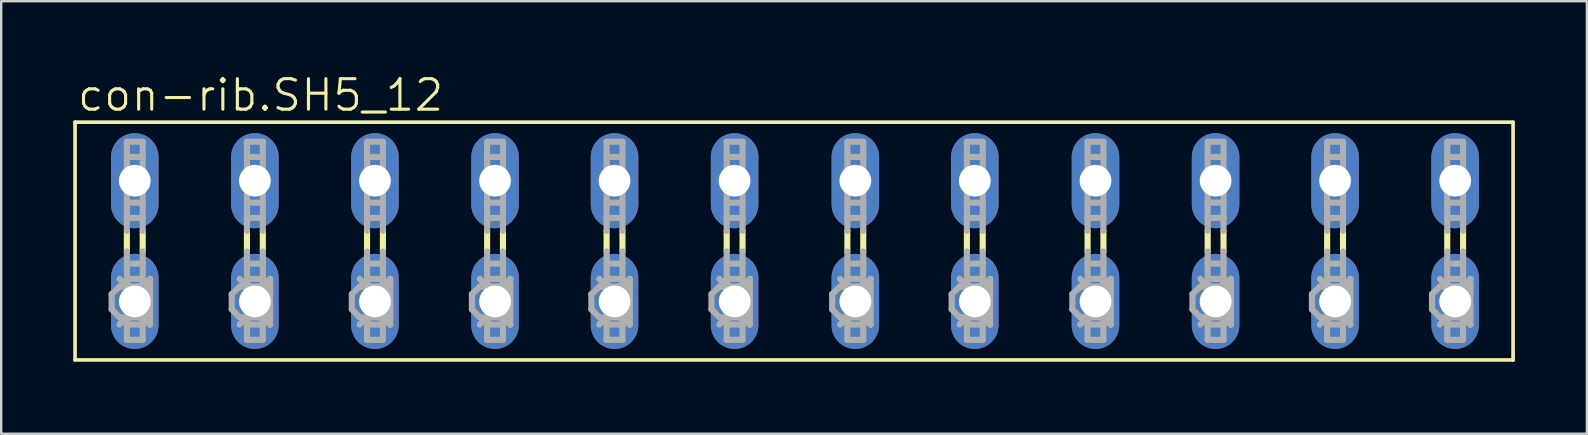
<source format=kicad_pcb>
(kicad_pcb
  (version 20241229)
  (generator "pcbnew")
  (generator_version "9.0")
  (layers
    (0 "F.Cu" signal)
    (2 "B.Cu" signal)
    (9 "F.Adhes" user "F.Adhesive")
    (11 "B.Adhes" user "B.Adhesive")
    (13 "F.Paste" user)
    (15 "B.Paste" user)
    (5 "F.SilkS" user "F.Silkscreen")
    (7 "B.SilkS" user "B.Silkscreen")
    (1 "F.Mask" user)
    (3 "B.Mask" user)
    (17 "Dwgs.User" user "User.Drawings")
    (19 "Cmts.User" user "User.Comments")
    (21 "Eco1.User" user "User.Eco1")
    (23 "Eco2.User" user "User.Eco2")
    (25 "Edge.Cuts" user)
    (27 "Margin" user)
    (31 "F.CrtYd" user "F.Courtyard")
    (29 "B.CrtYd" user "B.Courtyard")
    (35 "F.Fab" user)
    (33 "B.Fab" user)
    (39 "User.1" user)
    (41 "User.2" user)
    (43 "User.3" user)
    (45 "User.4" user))
  (footprint "con-rib.SH5_12"
    (layer "F.Cu")
    (at 30.074 6.994)
    (property "Reference" "con-rib.SH5_12" (at -29.972 -5.334 0) (layer "F.SilkS") (effects (font (size 1.27 1.27) (thickness 0.13)) (justify left bottom)))
    (attr through_hole)
    (fp_line (start -29.997 -4.953) (end -29.997 4.953) (stroke (width 0.152) (type default)) (layer "F.SilkS"))
    (fp_line (start -29.997 -4.953) (end 29.921 -4.953) (stroke (width 0.152) (type default)) (layer "F.SilkS"))
    (fp_line (start -27.838 0.432) (end -27.838 -0.432) (stroke (width 0.254) (type default)) (layer "F.SilkS"))
    (fp_line (start -27.178 0.432) (end -27.178 -0.432) (stroke (width 0.254) (type default)) (layer "F.SilkS"))
    (fp_line (start -22.835 0.432) (end -22.835 -0.432) (stroke (width 0.254) (type default)) (layer "F.SilkS"))
    (fp_line (start -22.174 0.432) (end -22.174 -0.432) (stroke (width 0.254) (type default)) (layer "F.SilkS"))
    (fp_line (start -17.831 0.432) (end -17.831 -0.432) (stroke (width 0.254) (type default)) (layer "F.SilkS"))
    (fp_line (start -17.17 0.432) (end -17.17 -0.432) (stroke (width 0.254) (type default)) (layer "F.SilkS"))
    (fp_line (start -12.827 0.432) (end -12.827 -0.432) (stroke (width 0.254) (type default)) (layer "F.SilkS"))
    (fp_line (start -12.167 0.432) (end -12.167 -0.432) (stroke (width 0.254) (type default)) (layer "F.SilkS"))
    (fp_line (start -7.849 0.432) (end -7.849 -0.432) (stroke (width 0.254) (type default)) (layer "F.SilkS"))
    (fp_line (start -7.188 0.432) (end -7.188 -0.432) (stroke (width 0.254) (type default)) (layer "F.SilkS"))
    (fp_line (start -2.845 0.432) (end -2.845 -0.432) (stroke (width 0.254) (type default)) (layer "F.SilkS"))
    (fp_line (start -2.184 0.432) (end -2.184 -0.432) (stroke (width 0.254) (type default)) (layer "F.SilkS"))
    (fp_line (start 2.184 0.432) (end 2.184 -0.432) (stroke (width 0.254) (type default)) (layer "F.SilkS"))
    (fp_line (start 2.845 0.432) (end 2.845 -0.432) (stroke (width 0.254) (type default)) (layer "F.SilkS"))
    (fp_line (start 7.163 0.432) (end 7.163 -0.432) (stroke (width 0.254) (type default)) (layer "F.SilkS"))
    (fp_line (start 7.823 0.432) (end 7.823 -0.432) (stroke (width 0.254) (type default)) (layer "F.SilkS"))
    (fp_line (start 12.192 0.432) (end 12.192 -0.432) (stroke (width 0.254) (type default)) (layer "F.SilkS"))
    (fp_line (start 12.852 0.432) (end 12.852 -0.432) (stroke (width 0.254) (type default)) (layer "F.SilkS"))
    (fp_line (start 17.196 0.432) (end 17.196 -0.432) (stroke (width 0.254) (type default)) (layer "F.SilkS"))
    (fp_line (start 17.856 0.432) (end 17.856 -0.432) (stroke (width 0.254) (type default)) (layer "F.SilkS"))
    (fp_line (start 22.174 0.432) (end 22.174 -0.432) (stroke (width 0.254) (type default)) (layer "F.SilkS"))
    (fp_line (start 22.835 0.432) (end 22.835 -0.432) (stroke (width 0.254) (type default)) (layer "F.SilkS"))
    (fp_line (start 27.178 0.432) (end 27.178 -0.432) (stroke (width 0.254) (type default)) (layer "F.SilkS"))
    (fp_line (start 27.838 0.432) (end 27.838 -0.432) (stroke (width 0.254) (type default)) (layer "F.SilkS"))
    (fp_line (start 29.921 4.953) (end -29.997 4.953) (stroke (width 0.152) (type default)) (layer "F.SilkS"))
    (fp_line (start 29.921 4.953) (end 29.921 -4.953) (stroke (width 0.152) (type default)) (layer "F.SilkS"))
    (fp_line (start -28.473 2.21) (end -28.143 1.905) (stroke (width 0.254) (type default)) (layer "F.Fab"))
    (fp_line (start -28.473 2.845) (end -28.473 2.21) (stroke (width 0.254) (type default)) (layer "F.Fab"))
    (fp_line (start -28.473 2.845) (end -28.143 3.175) (stroke (width 0.254) (type default)) (layer "F.Fab"))
    (fp_line (start -27.838 -4.14) (end -27.178 -4.14) (stroke (width 0.254) (type default)) (layer "F.Fab"))
    (fp_line (start -27.838 -3.505) (end -27.838 -4.14) (stroke (width 0.254) (type default)) (layer "F.Fab"))
    (fp_line (start -27.838 -3.505) (end -27.838 -1.6) (stroke (width 0.254) (type default)) (layer "F.Fab"))
    (fp_line (start -27.838 -1.6) (end -27.838 -0.965) (stroke (width 0.254) (type default)) (layer "F.Fab"))
    (fp_line (start -27.838 -1.6) (end -27.178 -1.6) (stroke (width 0.254) (type default)) (layer "F.Fab"))
    (fp_line (start -27.838 -0.965) (end -27.178 -0.965) (stroke (width 0.254) (type default)) (layer "F.Fab"))
    (fp_line (start -27.838 -0.432) (end -27.838 -0.965) (stroke (width 0.254) (type default)) (layer "F.Fab"))
    (fp_line (start -27.838 0.94) (end -27.838 0.432) (stroke (width 0.254) (type default)) (layer "F.Fab"))
    (fp_line (start -27.838 0.94) (end -27.178 0.94) (stroke (width 0.254) (type default)) (layer "F.Fab"))
    (fp_line (start -27.838 1.575) (end -27.838 0.94) (stroke (width 0.254) (type default)) (layer "F.Fab"))
    (fp_line (start -27.838 1.575) (end -27.838 3.48) (stroke (width 0.254) (type default)) (layer "F.Fab"))
    (fp_line (start -27.838 3.48) (end -27.838 4.115) (stroke (width 0.254) (type default)) (layer "F.Fab"))
    (fp_line (start -27.838 3.48) (end -27.178 3.48) (stroke (width 0.254) (type default)) (layer "F.Fab"))
    (fp_line (start -27.838 4.115) (end -27.178 4.115) (stroke (width 0.254) (type default)) (layer "F.Fab"))
    (fp_line (start -27.178 -4.14) (end -27.178 -3.505) (stroke (width 0.254) (type default)) (layer "F.Fab"))
    (fp_line (start -27.178 -3.505) (end -27.838 -3.505) (stroke (width 0.254) (type default)) (layer "F.Fab"))
    (fp_line (start -27.178 -1.6) (end -27.178 -3.505) (stroke (width 0.254) (type default)) (layer "F.Fab"))
    (fp_line (start -27.178 -0.965) (end -27.178 -1.6) (stroke (width 0.254) (type default)) (layer "F.Fab"))
    (fp_line (start -27.178 -0.432) (end -27.178 -0.965) (stroke (width 0.254) (type default)) (layer "F.Fab"))
    (fp_line (start -27.178 0.94) (end -27.178 0.432) (stroke (width 0.254) (type default)) (layer "F.Fab"))
    (fp_line (start -27.178 0.94) (end -27.178 1.575) (stroke (width 0.254) (type default)) (layer "F.Fab"))
    (fp_line (start -27.178 1.575) (end -27.838 1.575) (stroke (width 0.254) (type default)) (layer "F.Fab"))
    (fp_line (start -27.178 1.905) (end -28.143 1.905) (stroke (width 0.254) (type default)) (layer "F.Fab"))
    (fp_line (start -27.178 1.905) (end -27.178 1.575) (stroke (width 0.254) (type default)) (layer "F.Fab"))
    (fp_line (start -27.178 1.905) (end -26.873 1.575) (stroke (width 0.254) (type default)) (layer "F.Fab"))
    (fp_line (start -27.178 1.905) (end -26.873 2.21) (stroke (width 0.254) (type default)) (layer "F.Fab"))
    (fp_line (start -27.178 3.175) (end -28.143 3.175) (stroke (width 0.254) (type default)) (layer "F.Fab"))
    (fp_line (start -27.178 3.175) (end -27.178 1.905) (stroke (width 0.254) (type default)) (layer "F.Fab"))
    (fp_line (start -27.178 3.175) (end -26.873 2.845) (stroke (width 0.254) (type default)) (layer "F.Fab"))
    (fp_line (start -27.178 3.175) (end -26.873 3.48) (stroke (width 0.254) (type default)) (layer "F.Fab"))
    (fp_line (start -27.178 3.48) (end -27.178 3.175) (stroke (width 0.254) (type default)) (layer "F.Fab"))
    (fp_line (start -27.178 4.115) (end -27.178 3.48) (stroke (width 0.254) (type default)) (layer "F.Fab"))
    (fp_line (start -26.873 1.905) (end -27.178 1.905) (stroke (width 0.254) (type default)) (layer "F.Fab"))
    (fp_line (start -26.873 1.905) (end -26.873 1.575) (stroke (width 0.254) (type default)) (layer "F.Fab"))
    (fp_line (start -26.873 2.21) (end -26.873 1.905) (stroke (width 0.254) (type default)) (layer "F.Fab"))
    (fp_line (start -26.873 2.845) (end -26.873 2.21) (stroke (width 0.254) (type default)) (layer "F.Fab"))
    (fp_line (start -26.873 3.175) (end -27.178 3.175) (stroke (width 0.254) (type default)) (layer "F.Fab"))
    (fp_line (start -26.873 3.175) (end -26.873 2.845) (stroke (width 0.254) (type default)) (layer "F.Fab"))
    (fp_line (start -26.873 3.48) (end -26.873 3.175) (stroke (width 0.254) (type default)) (layer "F.Fab"))
    (fp_line (start -23.47 2.21) (end -23.139 1.905) (stroke (width 0.254) (type default)) (layer "F.Fab"))
    (fp_line (start -23.47 2.845) (end -23.47 2.21) (stroke (width 0.254) (type default)) (layer "F.Fab"))
    (fp_line (start -23.47 2.845) (end -23.139 3.175) (stroke (width 0.254) (type default)) (layer "F.Fab"))
    (fp_line (start -22.835 -4.14) (end -22.174 -4.14) (stroke (width 0.254) (type default)) (layer "F.Fab"))
    (fp_line (start -22.835 -3.505) (end -22.835 -4.14) (stroke (width 0.254) (type default)) (layer "F.Fab"))
    (fp_line (start -22.835 -3.505) (end -22.835 -1.6) (stroke (width 0.254) (type default)) (layer "F.Fab"))
    (fp_line (start -22.835 -1.6) (end -22.835 -0.965) (stroke (width 0.254) (type default)) (layer "F.Fab"))
    (fp_line (start -22.835 -1.6) (end -22.174 -1.6) (stroke (width 0.254) (type default)) (layer "F.Fab"))
    (fp_line (start -22.835 -0.965) (end -22.174 -0.965) (stroke (width 0.254) (type default)) (layer "F.Fab"))
    (fp_line (start -22.835 -0.432) (end -22.835 -0.965) (stroke (width 0.254) (type default)) (layer "F.Fab"))
    (fp_line (start -22.835 0.94) (end -22.835 0.432) (stroke (width 0.254) (type default)) (layer "F.Fab"))
    (fp_line (start -22.835 0.94) (end -22.174 0.94) (stroke (width 0.254) (type default)) (layer "F.Fab"))
    (fp_line (start -22.835 1.575) (end -22.835 0.94) (stroke (width 0.254) (type default)) (layer "F.Fab"))
    (fp_line (start -22.835 1.575) (end -22.835 3.48) (stroke (width 0.254) (type default)) (layer "F.Fab"))
    (fp_line (start -22.835 3.48) (end -22.835 4.115) (stroke (width 0.254) (type default)) (layer "F.Fab"))
    (fp_line (start -22.835 3.48) (end -22.174 3.48) (stroke (width 0.254) (type default)) (layer "F.Fab"))
    (fp_line (start -22.835 4.115) (end -22.174 4.115) (stroke (width 0.254) (type default)) (layer "F.Fab"))
    (fp_line (start -22.174 -4.14) (end -22.174 -3.505) (stroke (width 0.254) (type default)) (layer "F.Fab"))
    (fp_line (start -22.174 -3.505) (end -22.835 -3.505) (stroke (width 0.254) (type default)) (layer "F.Fab"))
    (fp_line (start -22.174 -1.6) (end -22.174 -3.505) (stroke (width 0.254) (type default)) (layer "F.Fab"))
    (fp_line (start -22.174 -0.965) (end -22.174 -1.6) (stroke (width 0.254) (type default)) (layer "F.Fab"))
    (fp_line (start -22.174 -0.432) (end -22.174 -0.965) (stroke (width 0.254) (type default)) (layer "F.Fab"))
    (fp_line (start -22.174 0.94) (end -22.174 0.432) (stroke (width 0.254) (type default)) (layer "F.Fab"))
    (fp_line (start -22.174 0.94) (end -22.174 1.575) (stroke (width 0.254) (type default)) (layer "F.Fab"))
    (fp_line (start -22.174 1.575) (end -22.835 1.575) (stroke (width 0.254) (type default)) (layer "F.Fab"))
    (fp_line (start -22.174 1.905) (end -23.139 1.905) (stroke (width 0.254) (type default)) (layer "F.Fab"))
    (fp_line (start -22.174 1.905) (end -22.174 1.575) (stroke (width 0.254) (type default)) (layer "F.Fab"))
    (fp_line (start -22.174 1.905) (end -21.869 1.575) (stroke (width 0.254) (type default)) (layer "F.Fab"))
    (fp_line (start -22.174 1.905) (end -21.869 2.21) (stroke (width 0.254) (type default)) (layer "F.Fab"))
    (fp_line (start -22.174 3.175) (end -23.139 3.175) (stroke (width 0.254) (type default)) (layer "F.Fab"))
    (fp_line (start -22.174 3.175) (end -22.174 1.905) (stroke (width 0.254) (type default)) (layer "F.Fab"))
    (fp_line (start -22.174 3.175) (end -21.869 2.845) (stroke (width 0.254) (type default)) (layer "F.Fab"))
    (fp_line (start -22.174 3.175) (end -21.869 3.48) (stroke (width 0.254) (type default)) (layer "F.Fab"))
    (fp_line (start -22.174 3.48) (end -22.174 3.175) (stroke (width 0.254) (type default)) (layer "F.Fab"))
    (fp_line (start -22.174 4.115) (end -22.174 3.48) (stroke (width 0.254) (type default)) (layer "F.Fab"))
    (fp_line (start -21.869 1.905) (end -22.174 1.905) (stroke (width 0.254) (type default)) (layer "F.Fab"))
    (fp_line (start -21.869 1.905) (end -21.869 1.575) (stroke (width 0.254) (type default)) (layer "F.Fab"))
    (fp_line (start -21.869 2.21) (end -21.869 1.905) (stroke (width 0.254) (type default)) (layer "F.Fab"))
    (fp_line (start -21.869 2.845) (end -21.869 2.21) (stroke (width 0.254) (type default)) (layer "F.Fab"))
    (fp_line (start -21.869 3.175) (end -22.174 3.175) (stroke (width 0.254) (type default)) (layer "F.Fab"))
    (fp_line (start -21.869 3.175) (end -21.869 2.845) (stroke (width 0.254) (type default)) (layer "F.Fab"))
    (fp_line (start -21.869 3.48) (end -21.869 3.175) (stroke (width 0.254) (type default)) (layer "F.Fab"))
    (fp_line (start -18.466 2.21) (end -18.136 1.905) (stroke (width 0.254) (type default)) (layer "F.Fab"))
    (fp_line (start -18.466 2.845) (end -18.466 2.21) (stroke (width 0.254) (type default)) (layer "F.Fab"))
    (fp_line (start -18.466 2.845) (end -18.136 3.175) (stroke (width 0.254) (type default)) (layer "F.Fab"))
    (fp_line (start -17.831 -4.14) (end -17.17 -4.14) (stroke (width 0.254) (type default)) (layer "F.Fab"))
    (fp_line (start -17.831 -3.505) (end -17.831 -4.14) (stroke (width 0.254) (type default)) (layer "F.Fab"))
    (fp_line (start -17.831 -3.505) (end -17.831 -1.6) (stroke (width 0.254) (type default)) (layer "F.Fab"))
    (fp_line (start -17.831 -1.6) (end -17.17 -1.6) (stroke (width 0.254) (type default)) (layer "F.Fab"))
    (fp_line (start -17.831 -0.965) (end -17.831 -1.6) (stroke (width 0.254) (type default)) (layer "F.Fab"))
    (fp_line (start -17.831 -0.965) (end -17.17 -0.965) (stroke (width 0.254) (type default)) (layer "F.Fab"))
    (fp_line (start -17.831 -0.432) (end -17.831 -0.965) (stroke (width 0.254) (type default)) (layer "F.Fab"))
    (fp_line (start -17.831 0.94) (end -17.831 0.432) (stroke (width 0.254) (type default)) (layer "F.Fab"))
    (fp_line (start -17.831 0.94) (end -17.17 0.94) (stroke (width 0.254) (type default)) (layer "F.Fab"))
    (fp_line (start -17.831 1.575) (end -17.831 0.94) (stroke (width 0.254) (type default)) (layer "F.Fab"))
    (fp_line (start -17.831 1.575) (end -17.831 3.48) (stroke (width 0.254) (type default)) (layer "F.Fab"))
    (fp_line (start -17.831 3.48) (end -17.831 4.115) (stroke (width 0.254) (type default)) (layer "F.Fab"))
    (fp_line (start -17.831 3.48) (end -17.17 3.48) (stroke (width 0.254) (type default)) (layer "F.Fab"))
    (fp_line (start -17.831 4.115) (end -17.17 4.115) (stroke (width 0.254) (type default)) (layer "F.Fab"))
    (fp_line (start -17.17 -4.14) (end -17.17 -3.505) (stroke (width 0.254) (type default)) (layer "F.Fab"))
    (fp_line (start -17.17 -3.505) (end -17.831 -3.505) (stroke (width 0.254) (type default)) (layer "F.Fab"))
    (fp_line (start -17.17 -1.6) (end -17.17 -3.505) (stroke (width 0.254) (type default)) (layer "F.Fab"))
    (fp_line (start -17.17 -0.965) (end -17.17 -1.6) (stroke (width 0.254) (type default)) (layer "F.Fab"))
    (fp_line (start -17.17 -0.432) (end -17.17 -0.965) (stroke (width 0.254) (type default)) (layer "F.Fab"))
    (fp_line (start -17.17 0.94) (end -17.17 0.432) (stroke (width 0.254) (type default)) (layer "F.Fab"))
    (fp_line (start -17.17 0.94) (end -17.17 1.575) (stroke (width 0.254) (type default)) (layer "F.Fab"))
    (fp_line (start -17.17 1.575) (end -17.831 1.575) (stroke (width 0.254) (type default)) (layer "F.Fab"))
    (fp_line (start -17.17 1.905) (end -18.136 1.905) (stroke (width 0.254) (type default)) (layer "F.Fab"))
    (fp_line (start -17.17 1.905) (end -17.17 1.575) (stroke (width 0.254) (type default)) (layer "F.Fab"))
    (fp_line (start -17.17 1.905) (end -16.866 1.575) (stroke (width 0.254) (type default)) (layer "F.Fab"))
    (fp_line (start -17.17 1.905) (end -16.866 2.21) (stroke (width 0.254) (type default)) (layer "F.Fab"))
    (fp_line (start -17.17 3.175) (end -18.136 3.175) (stroke (width 0.254) (type default)) (layer "F.Fab"))
    (fp_line (start -17.17 3.175) (end -17.17 1.905) (stroke (width 0.254) (type default)) (layer "F.Fab"))
    (fp_line (start -17.17 3.175) (end -16.866 2.845) (stroke (width 0.254) (type default)) (layer "F.Fab"))
    (fp_line (start -17.17 3.175) (end -16.866 3.48) (stroke (width 0.254) (type default)) (layer "F.Fab"))
    (fp_line (start -17.17 3.48) (end -17.17 3.175) (stroke (width 0.254) (type default)) (layer "F.Fab"))
    (fp_line (start -17.17 4.115) (end -17.17 3.48) (stroke (width 0.254) (type default)) (layer "F.Fab"))
    (fp_line (start -16.866 1.905) (end -17.17 1.905) (stroke (width 0.254) (type default)) (layer "F.Fab"))
    (fp_line (start -16.866 1.905) (end -16.866 1.575) (stroke (width 0.254) (type default)) (layer "F.Fab"))
    (fp_line (start -16.866 2.21) (end -16.866 1.905) (stroke (width 0.254) (type default)) (layer "F.Fab"))
    (fp_line (start -16.866 2.845) (end -16.866 2.21) (stroke (width 0.254) (type default)) (layer "F.Fab"))
    (fp_line (start -16.866 3.175) (end -17.17 3.175) (stroke (width 0.254) (type default)) (layer "F.Fab"))
    (fp_line (start -16.866 3.175) (end -16.866 2.845) (stroke (width 0.254) (type default)) (layer "F.Fab"))
    (fp_line (start -16.866 3.48) (end -16.866 3.175) (stroke (width 0.254) (type default)) (layer "F.Fab"))
    (fp_line (start -13.462 2.21) (end -13.132 1.905) (stroke (width 0.254) (type default)) (layer "F.Fab"))
    (fp_line (start -13.462 2.845) (end -13.462 2.21) (stroke (width 0.254) (type default)) (layer "F.Fab"))
    (fp_line (start -13.462 2.845) (end -13.132 3.175) (stroke (width 0.254) (type default)) (layer "F.Fab"))
    (fp_line (start -12.827 -4.14) (end -12.167 -4.14) (stroke (width 0.254) (type default)) (layer "F.Fab"))
    (fp_line (start -12.827 -3.505) (end -12.827 -4.14) (stroke (width 0.254) (type default)) (layer "F.Fab"))
    (fp_line (start -12.827 -3.505) (end -12.827 -1.6) (stroke (width 0.254) (type default)) (layer "F.Fab"))
    (fp_line (start -12.827 -1.6) (end -12.167 -1.6) (stroke (width 0.254) (type default)) (layer "F.Fab"))
    (fp_line (start -12.827 -0.965) (end -12.827 -1.6) (stroke (width 0.254) (type default)) (layer "F.Fab"))
    (fp_line (start -12.827 -0.965) (end -12.167 -0.965) (stroke (width 0.254) (type default)) (layer "F.Fab"))
    (fp_line (start -12.827 -0.432) (end -12.827 -0.965) (stroke (width 0.254) (type default)) (layer "F.Fab"))
    (fp_line (start -12.827 0.94) (end -12.827 0.432) (stroke (width 0.254) (type default)) (layer "F.Fab"))
    (fp_line (start -12.827 0.94) (end -12.167 0.94) (stroke (width 0.254) (type default)) (layer "F.Fab"))
    (fp_line (start -12.827 1.575) (end -12.827 0.94) (stroke (width 0.254) (type default)) (layer "F.Fab"))
    (fp_line (start -12.827 1.575) (end -12.827 3.48) (stroke (width 0.254) (type default)) (layer "F.Fab"))
    (fp_line (start -12.827 3.48) (end -12.827 4.115) (stroke (width 0.254) (type default)) (layer "F.Fab"))
    (fp_line (start -12.827 3.48) (end -12.167 3.48) (stroke (width 0.254) (type default)) (layer "F.Fab"))
    (fp_line (start -12.827 4.115) (end -12.167 4.115) (stroke (width 0.254) (type default)) (layer "F.Fab"))
    (fp_line (start -12.167 -4.14) (end -12.167 -3.505) (stroke (width 0.254) (type default)) (layer "F.Fab"))
    (fp_line (start -12.167 -3.505) (end -12.827 -3.505) (stroke (width 0.254) (type default)) (layer "F.Fab"))
    (fp_line (start -12.167 -1.6) (end -12.167 -3.505) (stroke (width 0.254) (type default)) (layer "F.Fab"))
    (fp_line (start -12.167 -0.965) (end -12.167 -1.6) (stroke (width 0.254) (type default)) (layer "F.Fab"))
    (fp_line (start -12.167 -0.432) (end -12.167 -0.965) (stroke (width 0.254) (type default)) (layer "F.Fab"))
    (fp_line (start -12.167 0.94) (end -12.167 0.432) (stroke (width 0.254) (type default)) (layer "F.Fab"))
    (fp_line (start -12.167 0.94) (end -12.167 1.575) (stroke (width 0.254) (type default)) (layer "F.Fab"))
    (fp_line (start -12.167 1.575) (end -12.827 1.575) (stroke (width 0.254) (type default)) (layer "F.Fab"))
    (fp_line (start -12.167 1.905) (end -13.132 1.905) (stroke (width 0.254) (type default)) (layer "F.Fab"))
    (fp_line (start -12.167 1.905) (end -12.167 1.575) (stroke (width 0.254) (type default)) (layer "F.Fab"))
    (fp_line (start -12.167 1.905) (end -11.862 1.575) (stroke (width 0.254) (type default)) (layer "F.Fab"))
    (fp_line (start -12.167 1.905) (end -11.862 2.21) (stroke (width 0.254) (type default)) (layer "F.Fab"))
    (fp_line (start -12.167 3.175) (end -13.132 3.175) (stroke (width 0.254) (type default)) (layer "F.Fab"))
    (fp_line (start -12.167 3.175) (end -12.167 1.905) (stroke (width 0.254) (type default)) (layer "F.Fab"))
    (fp_line (start -12.167 3.175) (end -11.862 2.845) (stroke (width 0.254) (type default)) (layer "F.Fab"))
    (fp_line (start -12.167 3.175) (end -11.862 3.48) (stroke (width 0.254) (type default)) (layer "F.Fab"))
    (fp_line (start -12.167 3.48) (end -12.167 3.175) (stroke (width 0.254) (type default)) (layer "F.Fab"))
    (fp_line (start -12.167 4.115) (end -12.167 3.48) (stroke (width 0.254) (type default)) (layer "F.Fab"))
    (fp_line (start -11.862 1.905) (end -12.167 1.905) (stroke (width 0.254) (type default)) (layer "F.Fab"))
    (fp_line (start -11.862 1.905) (end -11.862 1.575) (stroke (width 0.254) (type default)) (layer "F.Fab"))
    (fp_line (start -11.862 2.21) (end -11.862 1.905) (stroke (width 0.254) (type default)) (layer "F.Fab"))
    (fp_line (start -11.862 2.845) (end -11.862 2.21) (stroke (width 0.254) (type default)) (layer "F.Fab"))
    (fp_line (start -11.862 3.175) (end -12.167 3.175) (stroke (width 0.254) (type default)) (layer "F.Fab"))
    (fp_line (start -11.862 3.175) (end -11.862 2.845) (stroke (width 0.254) (type default)) (layer "F.Fab"))
    (fp_line (start -11.862 3.48) (end -11.862 3.175) (stroke (width 0.254) (type default)) (layer "F.Fab"))
    (fp_line (start -8.484 2.21) (end -8.153 1.905) (stroke (width 0.254) (type default)) (layer "F.Fab"))
    (fp_line (start -8.484 2.845) (end -8.484 2.21) (stroke (width 0.254) (type default)) (layer "F.Fab"))
    (fp_line (start -8.484 2.845) (end -8.153 3.175) (stroke (width 0.254) (type default)) (layer "F.Fab"))
    (fp_line (start -7.849 -4.14) (end -7.188 -4.14) (stroke (width 0.254) (type default)) (layer "F.Fab"))
    (fp_line (start -7.849 -3.505) (end -7.849 -4.14) (stroke (width 0.254) (type default)) (layer "F.Fab"))
    (fp_line (start -7.849 -3.505) (end -7.849 -1.6) (stroke (width 0.254) (type default)) (layer "F.Fab"))
    (fp_line (start -7.849 -1.6) (end -7.849 -0.965) (stroke (width 0.254) (type default)) (layer "F.Fab"))
    (fp_line (start -7.849 -1.6) (end -7.188 -1.6) (stroke (width 0.254) (type default)) (layer "F.Fab"))
    (fp_line (start -7.849 -0.965) (end -7.188 -0.965) (stroke (width 0.254) (type default)) (layer "F.Fab"))
    (fp_line (start -7.849 -0.432) (end -7.849 -0.965) (stroke (width 0.254) (type default)) (layer "F.Fab"))
    (fp_line (start -7.849 0.94) (end -7.849 0.432) (stroke (width 0.254) (type default)) (layer "F.Fab"))
    (fp_line (start -7.849 0.94) (end -7.188 0.94) (stroke (width 0.254) (type default)) (layer "F.Fab"))
    (fp_line (start -7.849 1.575) (end -7.849 0.94) (stroke (width 0.254) (type default)) (layer "F.Fab"))
    (fp_line (start -7.849 1.575) (end -7.849 3.48) (stroke (width 0.254) (type default)) (layer "F.Fab"))
    (fp_line (start -7.849 3.48) (end -7.849 4.115) (stroke (width 0.254) (type default)) (layer "F.Fab"))
    (fp_line (start -7.849 3.48) (end -7.188 3.48) (stroke (width 0.254) (type default)) (layer "F.Fab"))
    (fp_line (start -7.849 4.115) (end -7.188 4.115) (stroke (width 0.254) (type default)) (layer "F.Fab"))
    (fp_line (start -7.188 -4.14) (end -7.188 -3.505) (stroke (width 0.254) (type default)) (layer "F.Fab"))
    (fp_line (start -7.188 -3.505) (end -7.849 -3.505) (stroke (width 0.254) (type default)) (layer "F.Fab"))
    (fp_line (start -7.188 -1.6) (end -7.188 -3.505) (stroke (width 0.254) (type default)) (layer "F.Fab"))
    (fp_line (start -7.188 -0.965) (end -7.188 -1.6) (stroke (width 0.254) (type default)) (layer "F.Fab"))
    (fp_line (start -7.188 -0.432) (end -7.188 -0.965) (stroke (width 0.254) (type default)) (layer "F.Fab"))
    (fp_line (start -7.188 0.94) (end -7.188 0.432) (stroke (width 0.254) (type default)) (layer "F.Fab"))
    (fp_line (start -7.188 0.94) (end -7.188 1.575) (stroke (width 0.254) (type default)) (layer "F.Fab"))
    (fp_line (start -7.188 1.575) (end -7.849 1.575) (stroke (width 0.254) (type default)) (layer "F.Fab"))
    (fp_line (start -7.188 1.905) (end -8.153 1.905) (stroke (width 0.254) (type default)) (layer "F.Fab"))
    (fp_line (start -7.188 1.905) (end -7.188 1.575) (stroke (width 0.254) (type default)) (layer "F.Fab"))
    (fp_line (start -7.188 1.905) (end -6.883 1.575) (stroke (width 0.254) (type default)) (layer "F.Fab"))
    (fp_line (start -7.188 1.905) (end -6.883 2.21) (stroke (width 0.254) (type default)) (layer "F.Fab"))
    (fp_line (start -7.188 3.175) (end -8.153 3.175) (stroke (width 0.254) (type default)) (layer "F.Fab"))
    (fp_line (start -7.188 3.175) (end -7.188 1.905) (stroke (width 0.254) (type default)) (layer "F.Fab"))
    (fp_line (start -7.188 3.175) (end -6.883 2.845) (stroke (width 0.254) (type default)) (layer "F.Fab"))
    (fp_line (start -7.188 3.175) (end -6.883 3.48) (stroke (width 0.254) (type default)) (layer "F.Fab"))
    (fp_line (start -7.188 3.48) (end -7.188 3.175) (stroke (width 0.254) (type default)) (layer "F.Fab"))
    (fp_line (start -7.188 4.115) (end -7.188 3.48) (stroke (width 0.254) (type default)) (layer "F.Fab"))
    (fp_line (start -6.883 1.905) (end -7.188 1.905) (stroke (width 0.254) (type default)) (layer "F.Fab"))
    (fp_line (start -6.883 1.905) (end -6.883 1.575) (stroke (width 0.254) (type default)) (layer "F.Fab"))
    (fp_line (start -6.883 2.21) (end -6.883 1.905) (stroke (width 0.254) (type default)) (layer "F.Fab"))
    (fp_line (start -6.883 2.845) (end -6.883 2.21) (stroke (width 0.254) (type default)) (layer "F.Fab"))
    (fp_line (start -6.883 3.175) (end -7.188 3.175) (stroke (width 0.254) (type default)) (layer "F.Fab"))
    (fp_line (start -6.883 3.175) (end -6.883 2.845) (stroke (width 0.254) (type default)) (layer "F.Fab"))
    (fp_line (start -6.883 3.48) (end -6.883 3.175) (stroke (width 0.254) (type default)) (layer "F.Fab"))
    (fp_line (start -3.48 2.21) (end -3.15 1.905) (stroke (width 0.254) (type default)) (layer "F.Fab"))
    (fp_line (start -3.48 2.845) (end -3.48 2.21) (stroke (width 0.254) (type default)) (layer "F.Fab"))
    (fp_line (start -3.48 2.845) (end -3.15 3.175) (stroke (width 0.254) (type default)) (layer "F.Fab"))
    (fp_line (start -2.845 -4.14) (end -2.184 -4.14) (stroke (width 0.254) (type default)) (layer "F.Fab"))
    (fp_line (start -2.845 -3.505) (end -2.845 -4.14) (stroke (width 0.254) (type default)) (layer "F.Fab"))
    (fp_line (start -2.845 -3.505) (end -2.845 -1.6) (stroke (width 0.254) (type default)) (layer "F.Fab"))
    (fp_line (start -2.845 -1.6) (end -2.845 -0.965) (stroke (width 0.254) (type default)) (layer "F.Fab"))
    (fp_line (start -2.845 -1.6) (end -2.184 -1.6) (stroke (width 0.254) (type default)) (layer "F.Fab"))
    (fp_line (start -2.845 -0.965) (end -2.184 -0.965) (stroke (width 0.254) (type default)) (layer "F.Fab"))
    (fp_line (start -2.845 -0.432) (end -2.845 -0.965) (stroke (width 0.254) (type default)) (layer "F.Fab"))
    (fp_line (start -2.845 0.94) (end -2.845 0.432) (stroke (width 0.254) (type default)) (layer "F.Fab"))
    (fp_line (start -2.845 0.94) (end -2.184 0.94) (stroke (width 0.254) (type default)) (layer "F.Fab"))
    (fp_line (start -2.845 1.575) (end -2.845 0.94) (stroke (width 0.254) (type default)) (layer "F.Fab"))
    (fp_line (start -2.845 1.575) (end -2.845 3.48) (stroke (width 0.254) (type default)) (layer "F.Fab"))
    (fp_line (start -2.845 3.48) (end -2.845 4.115) (stroke (width 0.254) (type default)) (layer "F.Fab"))
    (fp_line (start -2.845 3.48) (end -2.184 3.48) (stroke (width 0.254) (type default)) (layer "F.Fab"))
    (fp_line (start -2.845 4.115) (end -2.184 4.115) (stroke (width 0.254) (type default)) (layer "F.Fab"))
    (fp_line (start -2.184 -4.14) (end -2.184 -3.505) (stroke (width 0.254) (type default)) (layer "F.Fab"))
    (fp_line (start -2.184 -3.505) (end -2.845 -3.505) (stroke (width 0.254) (type default)) (layer "F.Fab"))
    (fp_line (start -2.184 -1.6) (end -2.184 -3.505) (stroke (width 0.254) (type default)) (layer "F.Fab"))
    (fp_line (start -2.184 -0.965) (end -2.184 -1.6) (stroke (width 0.254) (type default)) (layer "F.Fab"))
    (fp_line (start -2.184 -0.432) (end -2.184 -0.965) (stroke (width 0.254) (type default)) (layer "F.Fab"))
    (fp_line (start -2.184 0.94) (end -2.184 0.432) (stroke (width 0.254) (type default)) (layer "F.Fab"))
    (fp_line (start -2.184 0.94) (end -2.184 1.575) (stroke (width 0.254) (type default)) (layer "F.Fab"))
    (fp_line (start -2.184 1.575) (end -2.845 1.575) (stroke (width 0.254) (type default)) (layer "F.Fab"))
    (fp_line (start -2.184 1.905) (end -3.15 1.905) (stroke (width 0.254) (type default)) (layer "F.Fab"))
    (fp_line (start -2.184 1.905) (end -2.184 1.575) (stroke (width 0.254) (type default)) (layer "F.Fab"))
    (fp_line (start -2.184 1.905) (end -1.88 1.575) (stroke (width 0.254) (type default)) (layer "F.Fab"))
    (fp_line (start -2.184 1.905) (end -1.88 2.21) (stroke (width 0.254) (type default)) (layer "F.Fab"))
    (fp_line (start -2.184 3.175) (end -3.15 3.175) (stroke (width 0.254) (type default)) (layer "F.Fab"))
    (fp_line (start -2.184 3.175) (end -2.184 1.905) (stroke (width 0.254) (type default)) (layer "F.Fab"))
    (fp_line (start -2.184 3.175) (end -1.88 2.845) (stroke (width 0.254) (type default)) (layer "F.Fab"))
    (fp_line (start -2.184 3.175) (end -1.88 3.48) (stroke (width 0.254) (type default)) (layer "F.Fab"))
    (fp_line (start -2.184 3.48) (end -2.184 3.175) (stroke (width 0.254) (type default)) (layer "F.Fab"))
    (fp_line (start -2.184 4.115) (end -2.184 3.48) (stroke (width 0.254) (type default)) (layer "F.Fab"))
    (fp_line (start -1.88 1.905) (end -2.184 1.905) (stroke (width 0.254) (type default)) (layer "F.Fab"))
    (fp_line (start -1.88 1.905) (end -1.88 1.575) (stroke (width 0.254) (type default)) (layer "F.Fab"))
    (fp_line (start -1.88 2.21) (end -1.88 1.905) (stroke (width 0.254) (type default)) (layer "F.Fab"))
    (fp_line (start -1.88 2.845) (end -1.88 2.21) (stroke (width 0.254) (type default)) (layer "F.Fab"))
    (fp_line (start -1.88 3.175) (end -2.184 3.175) (stroke (width 0.254) (type default)) (layer "F.Fab"))
    (fp_line (start -1.88 3.175) (end -1.88 2.845) (stroke (width 0.254) (type default)) (layer "F.Fab"))
    (fp_line (start -1.88 3.48) (end -1.88 3.175) (stroke (width 0.254) (type default)) (layer "F.Fab"))
    (fp_line (start 1.549 2.21) (end 1.88 1.905) (stroke (width 0.254) (type default)) (layer "F.Fab"))
    (fp_line (start 1.549 2.845) (end 1.549 2.21) (stroke (width 0.254) (type default)) (layer "F.Fab"))
    (fp_line (start 1.549 2.845) (end 1.88 3.175) (stroke (width 0.254) (type default)) (layer "F.Fab"))
    (fp_line (start 2.184 -4.14) (end 2.845 -4.14) (stroke (width 0.254) (type default)) (layer "F.Fab"))
    (fp_line (start 2.184 -3.505) (end 2.184 -4.14) (stroke (width 0.254) (type default)) (layer "F.Fab"))
    (fp_line (start 2.184 -3.505) (end 2.184 -1.6) (stroke (width 0.254) (type default)) (layer "F.Fab"))
    (fp_line (start 2.184 -1.6) (end 2.184 -0.965) (stroke (width 0.254) (type default)) (layer "F.Fab"))
    (fp_line (start 2.184 -1.6) (end 2.845 -1.6) (stroke (width 0.254) (type default)) (layer "F.Fab"))
    (fp_line (start 2.184 -0.965) (end 2.845 -0.965) (stroke (width 0.254) (type default)) (layer "F.Fab"))
    (fp_line (start 2.184 -0.432) (end 2.184 -0.965) (stroke (width 0.254) (type default)) (layer "F.Fab"))
    (fp_line (start 2.184 0.94) (end 2.184 0.432) (stroke (width 0.254) (type default)) (layer "F.Fab"))
    (fp_line (start 2.184 0.94) (end 2.845 0.94) (stroke (width 0.254) (type default)) (layer "F.Fab"))
    (fp_line (start 2.184 1.575) (end 2.184 0.94) (stroke (width 0.254) (type default)) (layer "F.Fab"))
    (fp_line (start 2.184 1.575) (end 2.184 3.48) (stroke (width 0.254) (type default)) (layer "F.Fab"))
    (fp_line (start 2.184 3.48) (end 2.184 4.115) (stroke (width 0.254) (type default)) (layer "F.Fab"))
    (fp_line (start 2.184 3.48) (end 2.845 3.48) (stroke (width 0.254) (type default)) (layer "F.Fab"))
    (fp_line (start 2.184 4.115) (end 2.845 4.115) (stroke (width 0.254) (type default)) (layer "F.Fab"))
    (fp_line (start 2.845 -4.14) (end 2.845 -3.505) (stroke (width 0.254) (type default)) (layer "F.Fab"))
    (fp_line (start 2.845 -3.505) (end 2.184 -3.505) (stroke (width 0.254) (type default)) (layer "F.Fab"))
    (fp_line (start 2.845 -1.6) (end 2.845 -3.505) (stroke (width 0.254) (type default)) (layer "F.Fab"))
    (fp_line (start 2.845 -0.965) (end 2.845 -1.6) (stroke (width 0.254) (type default)) (layer "F.Fab"))
    (fp_line (start 2.845 -0.432) (end 2.845 -0.965) (stroke (width 0.254) (type default)) (layer "F.Fab"))
    (fp_line (start 2.845 0.94) (end 2.845 0.432) (stroke (width 0.254) (type default)) (layer "F.Fab"))
    (fp_line (start 2.845 0.94) (end 2.845 1.575) (stroke (width 0.254) (type default)) (layer "F.Fab"))
    (fp_line (start 2.845 1.575) (end 2.184 1.575) (stroke (width 0.254) (type default)) (layer "F.Fab"))
    (fp_line (start 2.845 1.905) (end 1.88 1.905) (stroke (width 0.254) (type default)) (layer "F.Fab"))
    (fp_line (start 2.845 1.905) (end 2.845 1.575) (stroke (width 0.254) (type default)) (layer "F.Fab"))
    (fp_line (start 2.845 1.905) (end 3.15 1.575) (stroke (width 0.254) (type default)) (layer "F.Fab"))
    (fp_line (start 2.845 1.905) (end 3.15 2.21) (stroke (width 0.254) (type default)) (layer "F.Fab"))
    (fp_line (start 2.845 3.175) (end 1.88 3.175) (stroke (width 0.254) (type default)) (layer "F.Fab"))
    (fp_line (start 2.845 3.175) (end 2.845 1.905) (stroke (width 0.254) (type default)) (layer "F.Fab"))
    (fp_line (start 2.845 3.175) (end 3.15 2.845) (stroke (width 0.254) (type default)) (layer "F.Fab"))
    (fp_line (start 2.845 3.175) (end 3.15 3.48) (stroke (width 0.254) (type default)) (layer "F.Fab"))
    (fp_line (start 2.845 3.48) (end 2.845 3.175) (stroke (width 0.254) (type default)) (layer "F.Fab"))
    (fp_line (start 2.845 4.115) (end 2.845 3.48) (stroke (width 0.254) (type default)) (layer "F.Fab"))
    (fp_line (start 3.15 1.905) (end 2.845 1.905) (stroke (width 0.254) (type default)) (layer "F.Fab"))
    (fp_line (start 3.15 1.905) (end 3.15 1.575) (stroke (width 0.254) (type default)) (layer "F.Fab"))
    (fp_line (start 3.15 2.21) (end 3.15 1.905) (stroke (width 0.254) (type default)) (layer "F.Fab"))
    (fp_line (start 3.15 2.845) (end 3.15 2.21) (stroke (width 0.254) (type default)) (layer "F.Fab"))
    (fp_line (start 3.15 3.175) (end 2.845 3.175) (stroke (width 0.254) (type default)) (layer "F.Fab"))
    (fp_line (start 3.15 3.175) (end 3.15 2.845) (stroke (width 0.254) (type default)) (layer "F.Fab"))
    (fp_line (start 3.15 3.48) (end 3.15 3.175) (stroke (width 0.254) (type default)) (layer "F.Fab"))
    (fp_line (start 6.528 2.21) (end 6.858 1.905) (stroke (width 0.254) (type default)) (layer "F.Fab"))
    (fp_line (start 6.528 2.845) (end 6.528 2.21) (stroke (width 0.254) (type default)) (layer "F.Fab"))
    (fp_line (start 6.528 2.845) (end 6.858 3.175) (stroke (width 0.254) (type default)) (layer "F.Fab"))
    (fp_line (start 7.163 -4.14) (end 7.823 -4.14) (stroke (width 0.254) (type default)) (layer "F.Fab"))
    (fp_line (start 7.163 -3.505) (end 7.163 -4.14) (stroke (width 0.254) (type default)) (layer "F.Fab"))
    (fp_line (start 7.163 -3.505) (end 7.163 -1.6) (stroke (width 0.254) (type default)) (layer "F.Fab"))
    (fp_line (start 7.163 -1.6) (end 7.163 -0.965) (stroke (width 0.254) (type default)) (layer "F.Fab"))
    (fp_line (start 7.163 -1.6) (end 7.823 -1.6) (stroke (width 0.254) (type default)) (layer "F.Fab"))
    (fp_line (start 7.163 -0.965) (end 7.823 -0.965) (stroke (width 0.254) (type default)) (layer "F.Fab"))
    (fp_line (start 7.163 -0.432) (end 7.163 -0.965) (stroke (width 0.254) (type default)) (layer "F.Fab"))
    (fp_line (start 7.163 0.94) (end 7.163 0.432) (stroke (width 0.254) (type default)) (layer "F.Fab"))
    (fp_line (start 7.163 0.94) (end 7.823 0.94) (stroke (width 0.254) (type default)) (layer "F.Fab"))
    (fp_line (start 7.163 1.575) (end 7.163 0.94) (stroke (width 0.254) (type default)) (layer "F.Fab"))
    (fp_line (start 7.163 1.575) (end 7.163 3.48) (stroke (width 0.254) (type default)) (layer "F.Fab"))
    (fp_line (start 7.163 3.48) (end 7.163 4.115) (stroke (width 0.254) (type default)) (layer "F.Fab"))
    (fp_line (start 7.163 3.48) (end 7.823 3.48) (stroke (width 0.254) (type default)) (layer "F.Fab"))
    (fp_line (start 7.163 4.115) (end 7.823 4.115) (stroke (width 0.254) (type default)) (layer "F.Fab"))
    (fp_line (start 7.823 -4.14) (end 7.823 -3.505) (stroke (width 0.254) (type default)) (layer "F.Fab"))
    (fp_line (start 7.823 -3.505) (end 7.163 -3.505) (stroke (width 0.254) (type default)) (layer "F.Fab"))
    (fp_line (start 7.823 -1.6) (end 7.823 -3.505) (stroke (width 0.254) (type default)) (layer "F.Fab"))
    (fp_line (start 7.823 -0.965) (end 7.823 -1.6) (stroke (width 0.254) (type default)) (layer "F.Fab"))
    (fp_line (start 7.823 -0.432) (end 7.823 -0.965) (stroke (width 0.254) (type default)) (layer "F.Fab"))
    (fp_line (start 7.823 0.94) (end 7.823 0.432) (stroke (width 0.254) (type default)) (layer "F.Fab"))
    (fp_line (start 7.823 0.94) (end 7.823 1.575) (stroke (width 0.254) (type default)) (layer "F.Fab"))
    (fp_line (start 7.823 1.575) (end 7.163 1.575) (stroke (width 0.254) (type default)) (layer "F.Fab"))
    (fp_line (start 7.823 1.905) (end 6.858 1.905) (stroke (width 0.254) (type default)) (layer "F.Fab"))
    (fp_line (start 7.823 1.905) (end 7.823 1.575) (stroke (width 0.254) (type default)) (layer "F.Fab"))
    (fp_line (start 7.823 1.905) (end 8.128 1.575) (stroke (width 0.254) (type default)) (layer "F.Fab"))
    (fp_line (start 7.823 1.905) (end 8.128 2.21) (stroke (width 0.254) (type default)) (layer "F.Fab"))
    (fp_line (start 7.823 3.175) (end 6.858 3.175) (stroke (width 0.254) (type default)) (layer "F.Fab"))
    (fp_line (start 7.823 3.175) (end 7.823 1.905) (stroke (width 0.254) (type default)) (layer "F.Fab"))
    (fp_line (start 7.823 3.175) (end 8.128 2.845) (stroke (width 0.254) (type default)) (layer "F.Fab"))
    (fp_line (start 7.823 3.175) (end 8.128 3.48) (stroke (width 0.254) (type default)) (layer "F.Fab"))
    (fp_line (start 7.823 3.48) (end 7.823 3.175) (stroke (width 0.254) (type default)) (layer "F.Fab"))
    (fp_line (start 7.823 4.115) (end 7.823 3.48) (stroke (width 0.254) (type default)) (layer "F.Fab"))
    (fp_line (start 8.128 1.905) (end 7.823 1.905) (stroke (width 0.254) (type default)) (layer "F.Fab"))
    (fp_line (start 8.128 1.905) (end 8.128 1.575) (stroke (width 0.254) (type default)) (layer "F.Fab"))
    (fp_line (start 8.128 2.21) (end 8.128 1.905) (stroke (width 0.254) (type default)) (layer "F.Fab"))
    (fp_line (start 8.128 2.845) (end 8.128 2.21) (stroke (width 0.254) (type default)) (layer "F.Fab"))
    (fp_line (start 8.128 3.175) (end 7.823 3.175) (stroke (width 0.254) (type default)) (layer "F.Fab"))
    (fp_line (start 8.128 3.175) (end 8.128 2.845) (stroke (width 0.254) (type default)) (layer "F.Fab"))
    (fp_line (start 8.128 3.48) (end 8.128 3.175) (stroke (width 0.254) (type default)) (layer "F.Fab"))
    (fp_line (start 11.557 2.21) (end 11.887 1.905) (stroke (width 0.254) (type default)) (layer "F.Fab"))
    (fp_line (start 11.557 2.845) (end 11.557 2.21) (stroke (width 0.254) (type default)) (layer "F.Fab"))
    (fp_line (start 11.557 2.845) (end 11.887 3.175) (stroke (width 0.254) (type default)) (layer "F.Fab"))
    (fp_line (start 12.192 -4.14) (end 12.852 -4.14) (stroke (width 0.254) (type default)) (layer "F.Fab"))
    (fp_line (start 12.192 -3.505) (end 12.192 -4.14) (stroke (width 0.254) (type default)) (layer "F.Fab"))
    (fp_line (start 12.192 -3.505) (end 12.192 -1.6) (stroke (width 0.254) (type default)) (layer "F.Fab"))
    (fp_line (start 12.192 -1.6) (end 12.852 -1.6) (stroke (width 0.254) (type default)) (layer "F.Fab"))
    (fp_line (start 12.192 -0.965) (end 12.192 -1.6) (stroke (width 0.254) (type default)) (layer "F.Fab"))
    (fp_line (start 12.192 -0.965) (end 12.852 -0.965) (stroke (width 0.254) (type default)) (layer "F.Fab"))
    (fp_line (start 12.192 -0.432) (end 12.192 -0.965) (stroke (width 0.254) (type default)) (layer "F.Fab"))
    (fp_line (start 12.192 0.94) (end 12.192 0.432) (stroke (width 0.254) (type default)) (layer "F.Fab"))
    (fp_line (start 12.192 0.94) (end 12.852 0.94) (stroke (width 0.254) (type default)) (layer "F.Fab"))
    (fp_line (start 12.192 1.575) (end 12.192 0.94) (stroke (width 0.254) (type default)) (layer "F.Fab"))
    (fp_line (start 12.192 1.575) (end 12.192 3.48) (stroke (width 0.254) (type default)) (layer "F.Fab"))
    (fp_line (start 12.192 3.48) (end 12.192 4.115) (stroke (width 0.254) (type default)) (layer "F.Fab"))
    (fp_line (start 12.192 3.48) (end 12.852 3.48) (stroke (width 0.254) (type default)) (layer "F.Fab"))
    (fp_line (start 12.192 4.115) (end 12.852 4.115) (stroke (width 0.254) (type default)) (layer "F.Fab"))
    (fp_line (start 12.852 -4.14) (end 12.852 -3.505) (stroke (width 0.254) (type default)) (layer "F.Fab"))
    (fp_line (start 12.852 -3.505) (end 12.192 -3.505) (stroke (width 0.254) (type default)) (layer "F.Fab"))
    (fp_line (start 12.852 -1.6) (end 12.852 -3.505) (stroke (width 0.254) (type default)) (layer "F.Fab"))
    (fp_line (start 12.852 -0.965) (end 12.852 -1.6) (stroke (width 0.254) (type default)) (layer "F.Fab"))
    (fp_line (start 12.852 -0.432) (end 12.852 -0.965) (stroke (width 0.254) (type default)) (layer "F.Fab"))
    (fp_line (start 12.852 0.94) (end 12.852 0.432) (stroke (width 0.254) (type default)) (layer "F.Fab"))
    (fp_line (start 12.852 0.94) (end 12.852 1.575) (stroke (width 0.254) (type default)) (layer "F.Fab"))
    (fp_line (start 12.852 1.575) (end 12.192 1.575) (stroke (width 0.254) (type default)) (layer "F.Fab"))
    (fp_line (start 12.852 1.905) (end 11.887 1.905) (stroke (width 0.254) (type default)) (layer "F.Fab"))
    (fp_line (start 12.852 1.905) (end 12.852 1.575) (stroke (width 0.254) (type default)) (layer "F.Fab"))
    (fp_line (start 12.852 1.905) (end 13.157 1.575) (stroke (width 0.254) (type default)) (layer "F.Fab"))
    (fp_line (start 12.852 1.905) (end 13.157 2.21) (stroke (width 0.254) (type default)) (layer "F.Fab"))
    (fp_line (start 12.852 3.175) (end 11.887 3.175) (stroke (width 0.254) (type default)) (layer "F.Fab"))
    (fp_line (start 12.852 3.175) (end 12.852 1.905) (stroke (width 0.254) (type default)) (layer "F.Fab"))
    (fp_line (start 12.852 3.175) (end 13.157 2.845) (stroke (width 0.254) (type default)) (layer "F.Fab"))
    (fp_line (start 12.852 3.175) (end 13.157 3.48) (stroke (width 0.254) (type default)) (layer "F.Fab"))
    (fp_line (start 12.852 3.48) (end 12.852 3.175) (stroke (width 0.254) (type default)) (layer "F.Fab"))
    (fp_line (start 12.852 4.115) (end 12.852 3.48) (stroke (width 0.254) (type default)) (layer "F.Fab"))
    (fp_line (start 13.157 1.905) (end 12.852 1.905) (stroke (width 0.254) (type default)) (layer "F.Fab"))
    (fp_line (start 13.157 1.905) (end 13.157 1.575) (stroke (width 0.254) (type default)) (layer "F.Fab"))
    (fp_line (start 13.157 2.21) (end 13.157 1.905) (stroke (width 0.254) (type default)) (layer "F.Fab"))
    (fp_line (start 13.157 2.845) (end 13.157 2.21) (stroke (width 0.254) (type default)) (layer "F.Fab"))
    (fp_line (start 13.157 3.175) (end 12.852 3.175) (stroke (width 0.254) (type default)) (layer "F.Fab"))
    (fp_line (start 13.157 3.175) (end 13.157 2.845) (stroke (width 0.254) (type default)) (layer "F.Fab"))
    (fp_line (start 13.157 3.48) (end 13.157 3.175) (stroke (width 0.254) (type default)) (layer "F.Fab"))
    (fp_line (start 16.561 2.21) (end 16.891 1.905) (stroke (width 0.254) (type default)) (layer "F.Fab"))
    (fp_line (start 16.561 2.845) (end 16.561 2.21) (stroke (width 0.254) (type default)) (layer "F.Fab"))
    (fp_line (start 16.561 2.845) (end 16.891 3.175) (stroke (width 0.254) (type default)) (layer "F.Fab"))
    (fp_line (start 17.196 -4.14) (end 17.856 -4.14) (stroke (width 0.254) (type default)) (layer "F.Fab"))
    (fp_line (start 17.196 -3.505) (end 17.196 -4.14) (stroke (width 0.254) (type default)) (layer "F.Fab"))
    (fp_line (start 17.196 -3.505) (end 17.196 -1.6) (stroke (width 0.254) (type default)) (layer "F.Fab"))
    (fp_line (start 17.196 -1.6) (end 17.856 -1.6) (stroke (width 0.254) (type default)) (layer "F.Fab"))
    (fp_line (start 17.196 -0.965) (end 17.196 -1.6) (stroke (width 0.254) (type default)) (layer "F.Fab"))
    (fp_line (start 17.196 -0.965) (end 17.856 -0.965) (stroke (width 0.254) (type default)) (layer "F.Fab"))
    (fp_line (start 17.196 -0.432) (end 17.196 -0.965) (stroke (width 0.254) (type default)) (layer "F.Fab"))
    (fp_line (start 17.196 0.94) (end 17.196 0.432) (stroke (width 0.254) (type default)) (layer "F.Fab"))
    (fp_line (start 17.196 0.94) (end 17.856 0.94) (stroke (width 0.254) (type default)) (layer "F.Fab"))
    (fp_line (start 17.196 1.575) (end 17.196 0.94) (stroke (width 0.254) (type default)) (layer "F.Fab"))
    (fp_line (start 17.196 1.575) (end 17.196 3.48) (stroke (width 0.254) (type default)) (layer "F.Fab"))
    (fp_line (start 17.196 3.48) (end 17.196 4.115) (stroke (width 0.254) (type default)) (layer "F.Fab"))
    (fp_line (start 17.196 3.48) (end 17.856 3.48) (stroke (width 0.254) (type default)) (layer "F.Fab"))
    (fp_line (start 17.196 4.115) (end 17.856 4.115) (stroke (width 0.254) (type default)) (layer "F.Fab"))
    (fp_line (start 17.856 -4.14) (end 17.856 -3.505) (stroke (width 0.254) (type default)) (layer "F.Fab"))
    (fp_line (start 17.856 -3.505) (end 17.196 -3.505) (stroke (width 0.254) (type default)) (layer "F.Fab"))
    (fp_line (start 17.856 -1.6) (end 17.856 -3.505) (stroke (width 0.254) (type default)) (layer "F.Fab"))
    (fp_line (start 17.856 -0.965) (end 17.856 -1.6) (stroke (width 0.254) (type default)) (layer "F.Fab"))
    (fp_line (start 17.856 -0.432) (end 17.856 -0.965) (stroke (width 0.254) (type default)) (layer "F.Fab"))
    (fp_line (start 17.856 0.94) (end 17.856 0.432) (stroke (width 0.254) (type default)) (layer "F.Fab"))
    (fp_line (start 17.856 0.94) (end 17.856 1.575) (stroke (width 0.254) (type default)) (layer "F.Fab"))
    (fp_line (start 17.856 1.575) (end 17.196 1.575) (stroke (width 0.254) (type default)) (layer "F.Fab"))
    (fp_line (start 17.856 1.905) (end 16.891 1.905) (stroke (width 0.254) (type default)) (layer "F.Fab"))
    (fp_line (start 17.856 1.905) (end 17.856 1.575) (stroke (width 0.254) (type default)) (layer "F.Fab"))
    (fp_line (start 17.856 1.905) (end 18.161 1.575) (stroke (width 0.254) (type default)) (layer "F.Fab"))
    (fp_line (start 17.856 1.905) (end 18.161 2.21) (stroke (width 0.254) (type default)) (layer "F.Fab"))
    (fp_line (start 17.856 3.175) (end 16.891 3.175) (stroke (width 0.254) (type default)) (layer "F.Fab"))
    (fp_line (start 17.856 3.175) (end 17.856 1.905) (stroke (width 0.254) (type default)) (layer "F.Fab"))
    (fp_line (start 17.856 3.175) (end 18.161 2.845) (stroke (width 0.254) (type default)) (layer "F.Fab"))
    (fp_line (start 17.856 3.175) (end 18.161 3.48) (stroke (width 0.254) (type default)) (layer "F.Fab"))
    (fp_line (start 17.856 3.48) (end 17.856 3.175) (stroke (width 0.254) (type default)) (layer "F.Fab"))
    (fp_line (start 17.856 4.115) (end 17.856 3.48) (stroke (width 0.254) (type default)) (layer "F.Fab"))
    (fp_line (start 18.161 1.905) (end 17.856 1.905) (stroke (width 0.254) (type default)) (layer "F.Fab"))
    (fp_line (start 18.161 1.905) (end 18.161 1.575) (stroke (width 0.254) (type default)) (layer "F.Fab"))
    (fp_line (start 18.161 2.21) (end 18.161 1.905) (stroke (width 0.254) (type default)) (layer "F.Fab"))
    (fp_line (start 18.161 2.845) (end 18.161 2.21) (stroke (width 0.254) (type default)) (layer "F.Fab"))
    (fp_line (start 18.161 3.175) (end 17.856 3.175) (stroke (width 0.254) (type default)) (layer "F.Fab"))
    (fp_line (start 18.161 3.175) (end 18.161 2.845) (stroke (width 0.254) (type default)) (layer "F.Fab"))
    (fp_line (start 18.161 3.48) (end 18.161 3.175) (stroke (width 0.254) (type default)) (layer "F.Fab"))
    (fp_line (start 21.539 2.21) (end 21.869 1.905) (stroke (width 0.254) (type default)) (layer "F.Fab"))
    (fp_line (start 21.539 2.845) (end 21.539 2.21) (stroke (width 0.254) (type default)) (layer "F.Fab"))
    (fp_line (start 21.539 2.845) (end 21.869 3.175) (stroke (width 0.254) (type default)) (layer "F.Fab"))
    (fp_line (start 22.174 -4.14) (end 22.835 -4.14) (stroke (width 0.254) (type default)) (layer "F.Fab"))
    (fp_line (start 22.174 -3.505) (end 22.174 -4.14) (stroke (width 0.254) (type default)) (layer "F.Fab"))
    (fp_line (start 22.174 -3.505) (end 22.174 -1.6) (stroke (width 0.254) (type default)) (layer "F.Fab"))
    (fp_line (start 22.174 -1.6) (end 22.174 -0.965) (stroke (width 0.254) (type default)) (layer "F.Fab"))
    (fp_line (start 22.174 -1.6) (end 22.835 -1.6) (stroke (width 0.254) (type default)) (layer "F.Fab"))
    (fp_line (start 22.174 -0.965) (end 22.835 -0.965) (stroke (width 0.254) (type default)) (layer "F.Fab"))
    (fp_line (start 22.174 -0.432) (end 22.174 -0.965) (stroke (width 0.254) (type default)) (layer "F.Fab"))
    (fp_line (start 22.174 0.94) (end 22.174 0.432) (stroke (width 0.254) (type default)) (layer "F.Fab"))
    (fp_line (start 22.174 0.94) (end 22.835 0.94) (stroke (width 0.254) (type default)) (layer "F.Fab"))
    (fp_line (start 22.174 1.575) (end 22.174 0.94) (stroke (width 0.254) (type default)) (layer "F.Fab"))
    (fp_line (start 22.174 1.575) (end 22.174 3.48) (stroke (width 0.254) (type default)) (layer "F.Fab"))
    (fp_line (start 22.174 3.48) (end 22.174 4.115) (stroke (width 0.254) (type default)) (layer "F.Fab"))
    (fp_line (start 22.174 3.48) (end 22.835 3.48) (stroke (width 0.254) (type default)) (layer "F.Fab"))
    (fp_line (start 22.174 4.115) (end 22.835 4.115) (stroke (width 0.254) (type default)) (layer "F.Fab"))
    (fp_line (start 22.835 -4.14) (end 22.835 -3.505) (stroke (width 0.254) (type default)) (layer "F.Fab"))
    (fp_line (start 22.835 -3.505) (end 22.174 -3.505) (stroke (width 0.254) (type default)) (layer "F.Fab"))
    (fp_line (start 22.835 -1.6) (end 22.835 -3.505) (stroke (width 0.254) (type default)) (layer "F.Fab"))
    (fp_line (start 22.835 -0.965) (end 22.835 -1.6) (stroke (width 0.254) (type default)) (layer "F.Fab"))
    (fp_line (start 22.835 -0.432) (end 22.835 -0.965) (stroke (width 0.254) (type default)) (layer "F.Fab"))
    (fp_line (start 22.835 0.94) (end 22.835 0.432) (stroke (width 0.254) (type default)) (layer "F.Fab"))
    (fp_line (start 22.835 0.94) (end 22.835 1.575) (stroke (width 0.254) (type default)) (layer "F.Fab"))
    (fp_line (start 22.835 1.575) (end 22.174 1.575) (stroke (width 0.254) (type default)) (layer "F.Fab"))
    (fp_line (start 22.835 1.905) (end 21.869 1.905) (stroke (width 0.254) (type default)) (layer "F.Fab"))
    (fp_line (start 22.835 1.905) (end 22.835 1.575) (stroke (width 0.254) (type default)) (layer "F.Fab"))
    (fp_line (start 22.835 1.905) (end 23.139 1.575) (stroke (width 0.254) (type default)) (layer "F.Fab"))
    (fp_line (start 22.835 1.905) (end 23.139 2.21) (stroke (width 0.254) (type default)) (layer "F.Fab"))
    (fp_line (start 22.835 3.175) (end 21.869 3.175) (stroke (width 0.254) (type default)) (layer "F.Fab"))
    (fp_line (start 22.835 3.175) (end 22.835 1.905) (stroke (width 0.254) (type default)) (layer "F.Fab"))
    (fp_line (start 22.835 3.175) (end 23.139 2.845) (stroke (width 0.254) (type default)) (layer "F.Fab"))
    (fp_line (start 22.835 3.175) (end 23.139 3.48) (stroke (width 0.254) (type default)) (layer "F.Fab"))
    (fp_line (start 22.835 3.48) (end 22.835 3.175) (stroke (width 0.254) (type default)) (layer "F.Fab"))
    (fp_line (start 22.835 4.115) (end 22.835 3.48) (stroke (width 0.254) (type default)) (layer "F.Fab"))
    (fp_line (start 23.139 1.905) (end 22.835 1.905) (stroke (width 0.254) (type default)) (layer "F.Fab"))
    (fp_line (start 23.139 1.905) (end 23.139 1.575) (stroke (width 0.254) (type default)) (layer "F.Fab"))
    (fp_line (start 23.139 2.21) (end 23.139 1.905) (stroke (width 0.254) (type default)) (layer "F.Fab"))
    (fp_line (start 23.139 2.845) (end 23.139 2.21) (stroke (width 0.254) (type default)) (layer "F.Fab"))
    (fp_line (start 23.139 3.175) (end 22.835 3.175) (stroke (width 0.254) (type default)) (layer "F.Fab"))
    (fp_line (start 23.139 3.175) (end 23.139 2.845) (stroke (width 0.254) (type default)) (layer "F.Fab"))
    (fp_line (start 23.139 3.48) (end 23.139 3.175) (stroke (width 0.254) (type default)) (layer "F.Fab"))
    (fp_line (start 26.543 2.21) (end 26.873 1.905) (stroke (width 0.254) (type default)) (layer "F.Fab"))
    (fp_line (start 26.543 2.845) (end 26.543 2.21) (stroke (width 0.254) (type default)) (layer "F.Fab"))
    (fp_line (start 26.543 2.845) (end 26.873 3.175) (stroke (width 0.254) (type default)) (layer "F.Fab"))
    (fp_line (start 27.178 -4.14) (end 27.838 -4.14) (stroke (width 0.254) (type default)) (layer "F.Fab"))
    (fp_line (start 27.178 -3.505) (end 27.178 -4.14) (stroke (width 0.254) (type default)) (layer "F.Fab"))
    (fp_line (start 27.178 -3.505) (end 27.178 -1.6) (stroke (width 0.254) (type default)) (layer "F.Fab"))
    (fp_line (start 27.178 -1.6) (end 27.178 -0.965) (stroke (width 0.254) (type default)) (layer "F.Fab"))
    (fp_line (start 27.178 -1.6) (end 27.838 -1.6) (stroke (width 0.254) (type default)) (layer "F.Fab"))
    (fp_line (start 27.178 -0.965) (end 27.838 -0.965) (stroke (width 0.254) (type default)) (layer "F.Fab"))
    (fp_line (start 27.178 -0.432) (end 27.178 -0.965) (stroke (width 0.254) (type default)) (layer "F.Fab"))
    (fp_line (start 27.178 0.94) (end 27.178 0.432) (stroke (width 0.254) (type default)) (layer "F.Fab"))
    (fp_line (start 27.178 0.94) (end 27.838 0.94) (stroke (width 0.254) (type default)) (layer "F.Fab"))
    (fp_line (start 27.178 1.575) (end 27.178 0.94) (stroke (width 0.254) (type default)) (layer "F.Fab"))
    (fp_line (start 27.178 1.575) (end 27.178 3.48) (stroke (width 0.254) (type default)) (layer "F.Fab"))
    (fp_line (start 27.178 3.48) (end 27.178 4.115) (stroke (width 0.254) (type default)) (layer "F.Fab"))
    (fp_line (start 27.178 3.48) (end 27.838 3.48) (stroke (width 0.254) (type default)) (layer "F.Fab"))
    (fp_line (start 27.178 4.115) (end 27.838 4.115) (stroke (width 0.254) (type default)) (layer "F.Fab"))
    (fp_line (start 27.838 -4.14) (end 27.838 -3.505) (stroke (width 0.254) (type default)) (layer "F.Fab"))
    (fp_line (start 27.838 -3.505) (end 27.178 -3.505) (stroke (width 0.254) (type default)) (layer "F.Fab"))
    (fp_line (start 27.838 -1.6) (end 27.838 -3.505) (stroke (width 0.254) (type default)) (layer "F.Fab"))
    (fp_line (start 27.838 -0.965) (end 27.838 -1.6) (stroke (width 0.254) (type default)) (layer "F.Fab"))
    (fp_line (start 27.838 -0.432) (end 27.838 -0.965) (stroke (width 0.254) (type default)) (layer "F.Fab"))
    (fp_line (start 27.838 0.94) (end 27.838 0.432) (stroke (width 0.254) (type default)) (layer "F.Fab"))
    (fp_line (start 27.838 0.94) (end 27.838 1.575) (stroke (width 0.254) (type default)) (layer "F.Fab"))
    (fp_line (start 27.838 1.575) (end 27.178 1.575) (stroke (width 0.254) (type default)) (layer "F.Fab"))
    (fp_line (start 27.838 1.905) (end 26.873 1.905) (stroke (width 0.254) (type default)) (layer "F.Fab"))
    (fp_line (start 27.838 1.905) (end 27.838 1.575) (stroke (width 0.254) (type default)) (layer "F.Fab"))
    (fp_line (start 27.838 1.905) (end 28.143 1.575) (stroke (width 0.254) (type default)) (layer "F.Fab"))
    (fp_line (start 27.838 1.905) (end 28.143 2.21) (stroke (width 0.254) (type default)) (layer "F.Fab"))
    (fp_line (start 27.838 3.175) (end 26.873 3.175) (stroke (width 0.254) (type default)) (layer "F.Fab"))
    (fp_line (start 27.838 3.175) (end 27.838 1.905) (stroke (width 0.254) (type default)) (layer "F.Fab"))
    (fp_line (start 27.838 3.175) (end 28.143 2.845) (stroke (width 0.254) (type default)) (layer "F.Fab"))
    (fp_line (start 27.838 3.175) (end 28.143 3.48) (stroke (width 0.254) (type default)) (layer "F.Fab"))
    (fp_line (start 27.838 3.48) (end 27.838 3.175) (stroke (width 0.254) (type default)) (layer "F.Fab"))
    (fp_line (start 27.838 4.115) (end 27.838 3.48) (stroke (width 0.254) (type default)) (layer "F.Fab"))
    (fp_line (start 28.143 1.905) (end 27.838 1.905) (stroke (width 0.254) (type default)) (layer "F.Fab"))
    (fp_line (start 28.143 1.905) (end 28.143 1.575) (stroke (width 0.254) (type default)) (layer "F.Fab"))
    (fp_line (start 28.143 2.21) (end 28.143 1.905) (stroke (width 0.254) (type default)) (layer "F.Fab"))
    (fp_line (start 28.143 2.845) (end 28.143 2.21) (stroke (width 0.254) (type default)) (layer "F.Fab"))
    (fp_line (start 28.143 3.175) (end 27.838 3.175) (stroke (width 0.254) (type default)) (layer "F.Fab"))
    (fp_line (start 28.143 3.175) (end 28.143 2.845) (stroke (width 0.254) (type default)) (layer "F.Fab"))
    (fp_line (start 28.143 3.48) (end 28.143 3.175) (stroke (width 0.254) (type default)) (layer "F.Fab"))
    (fp_arc (start -28.1432 3.4798) (mid -27.5082 3.164824) (end -26.8732 3.4798) (stroke (width 0.254) (type default)) (layer "F.Fab"))
    (fp_arc (start -26.8732 1.5748) (mid -27.5082 1.900068) (end -28.1432 1.5748) (stroke (width 0.254) (type default)) (layer "F.Fab"))
    (fp_arc (start -23.1394 3.4798) (mid -22.5044 3.164824) (end -21.8694 3.4798) (stroke (width 0.254) (type default)) (layer "F.Fab"))
    (fp_arc (start -21.8694 1.5748) (mid -22.5044 1.900068) (end -23.1394 1.5748) (stroke (width 0.254) (type default)) (layer "F.Fab"))
    (fp_arc (start -18.1356 3.4798) (mid -17.5006 3.164824) (end -16.8656 3.4798) (stroke (width 0.254) (type default)) (layer "F.Fab"))
    (fp_arc (start -16.8656 1.5748) (mid -17.5006 1.900068) (end -18.1356 1.5748) (stroke (width 0.254) (type default)) (layer "F.Fab"))
    (fp_arc (start -13.1318 3.4798) (mid -12.4968 3.164824) (end -11.8618 3.4798) (stroke (width 0.254) (type default)) (layer "F.Fab"))
    (fp_arc (start -11.8618 1.5748) (mid -12.4968 1.900068) (end -13.1318 1.5748) (stroke (width 0.254) (type default)) (layer "F.Fab"))
    (fp_arc (start -8.1534 3.4798) (mid -7.5184 3.164824) (end -6.8834 3.4798) (stroke (width 0.254) (type default)) (layer "F.Fab"))
    (fp_arc (start -6.8834 1.5748) (mid -7.5184 1.900068) (end -8.1534 1.5748) (stroke (width 0.254) (type default)) (layer "F.Fab"))
    (fp_arc (start -3.1496 3.4798) (mid -2.5146 3.164824) (end -1.8796 3.4798) (stroke (width 0.254) (type default)) (layer "F.Fab"))
    (fp_arc (start -1.8796 1.5748) (mid -2.5146 1.900068) (end -3.1496 1.5748) (stroke (width 0.254) (type default)) (layer "F.Fab"))
    (fp_arc (start 1.8796 3.4798) (mid 2.5146 3.164824) (end 3.1496 3.4798) (stroke (width 0.254) (type default)) (layer "F.Fab"))
    (fp_arc (start 3.1496 1.5748) (mid 2.5146 1.900068) (end 1.8796 1.5748) (stroke (width 0.254) (type default)) (layer "F.Fab"))
    (fp_arc (start 6.858 3.4798) (mid 7.493 3.164824) (end 8.128 3.4798) (stroke (width 0.254) (type default)) (layer "F.Fab"))
    (fp_arc (start 8.128 1.5748) (mid 7.493 1.900068) (end 6.858 1.5748) (stroke (width 0.254) (type default)) (layer "F.Fab"))
    (fp_arc (start 11.8872 3.4798) (mid 12.5222 3.164824) (end 13.1572 3.4798) (stroke (width 0.254) (type default)) (layer "F.Fab"))
    (fp_arc (start 13.1572 1.5748) (mid 12.5222 1.900068) (end 11.8872 1.5748) (stroke (width 0.254) (type default)) (layer "F.Fab"))
    (fp_arc (start 16.891 3.4798) (mid 17.526 3.164824) (end 18.161 3.4798) (stroke (width 0.254) (type default)) (layer "F.Fab"))
    (fp_arc (start 18.161 1.5748) (mid 17.526 1.900068) (end 16.891 1.5748) (stroke (width 0.254) (type default)) (layer "F.Fab"))
    (fp_arc (start 21.8694 3.4798) (mid 22.5044 3.164824) (end 23.1394 3.4798) (stroke (width 0.254) (type default)) (layer "F.Fab"))
    (fp_arc (start 23.1394 1.5748) (mid 22.5044 1.900068) (end 21.8694 1.5748) (stroke (width 0.254) (type default)) (layer "F.Fab"))
    (fp_arc (start 26.8732 3.4798) (mid 27.5082 3.164824) (end 28.1432 3.4798) (stroke (width 0.254) (type default)) (layer "F.Fab"))
    (fp_arc (start 28.1432 1.5748) (mid 27.5082 1.900068) (end 26.8732 1.5748) (stroke (width 0.254) (type default)) (layer "F.Fab"))
    (pad "1" thru_hole oval (at -27.508 2.515 90) (size 3.962 1.981) (drill 1.321) (layers "*.Cu" "*.Mask"))
    (pad "2" thru_hole oval (at -27.508 -2.515 90) (size 3.962 1.981) (drill 1.321) (layers "*.Cu" "*.Mask"))
    (pad "3" thru_hole oval (at -22.504 2.515 90) (size 3.962 1.981) (drill 1.321) (layers "*.Cu" "*.Mask"))
    (pad "4" thru_hole oval (at -22.504 -2.515 90) (size 3.962 1.981) (drill 1.321) (layers "*.Cu" "*.Mask"))
    (pad "5" thru_hole oval (at -17.501 2.515 90) (size 3.962 1.981) (drill 1.321) (layers "*.Cu" "*.Mask"))
    (pad "6" thru_hole oval (at -17.501 -2.515 90) (size 3.962 1.981) (drill 1.321) (layers "*.Cu" "*.Mask"))
    (pad "7" thru_hole oval (at -12.497 2.515 90) (size 3.962 1.981) (drill 1.321) (layers "*.Cu" "*.Mask"))
    (pad "8" thru_hole oval (at -12.497 -2.515 90) (size 3.962 1.981) (drill 1.321) (layers "*.Cu" "*.Mask"))
    (pad "9" thru_hole oval (at -7.518 2.515 90) (size 3.962 1.981) (drill 1.321) (layers "*.Cu" "*.Mask"))
    (pad "10" thru_hole oval (at -7.518 -2.515 90) (size 3.962 1.981) (drill 1.321) (layers "*.Cu" "*.Mask"))
    (pad "11" thru_hole oval (at -2.515 2.515 90) (size 3.962 1.981) (drill 1.321) (layers "*.Cu" "*.Mask"))
    (pad "12" thru_hole oval (at -2.515 -2.515 90) (size 3.962 1.981) (drill 1.321) (layers "*.Cu" "*.Mask"))
    (pad "13" thru_hole oval (at 2.515 2.515 90) (size 3.962 1.981) (drill 1.321) (layers "*.Cu" "*.Mask"))
    (pad "14" thru_hole oval (at 2.515 -2.515 90) (size 3.962 1.981) (drill 1.321) (layers "*.Cu" "*.Mask"))
    (pad "15" thru_hole oval (at 7.493 2.515 90) (size 3.962 1.981) (drill 1.321) (layers "*.Cu" "*.Mask"))
    (pad "16" thru_hole oval (at 7.493 -2.515 90) (size 3.962 1.981) (drill 1.321) (layers "*.Cu" "*.Mask"))
    (pad "17" thru_hole oval (at 12.522 2.515 90) (size 3.962 1.981) (drill 1.321) (layers "*.Cu" "*.Mask"))
    (pad "18" thru_hole oval (at 12.522 -2.515 90) (size 3.962 1.981) (drill 1.321) (layers "*.Cu" "*.Mask"))
    (pad "19" thru_hole oval (at 17.526 2.515 90) (size 3.962 1.981) (drill 1.321) (layers "*.Cu" "*.Mask"))
    (pad "20" thru_hole oval (at 17.526 -2.515 90) (size 3.962 1.981) (drill 1.321) (layers "*.Cu" "*.Mask"))
    (pad "21" thru_hole oval (at 22.504 2.515 90) (size 3.962 1.981) (drill 1.321) (layers "*.Cu" "*.Mask"))
    (pad "22" thru_hole oval (at 22.504 -2.515 90) (size 3.962 1.981) (drill 1.321) (layers "*.Cu" "*.Mask"))
    (pad "23" thru_hole oval (at 27.508 2.515 90) (size 3.962 1.981) (drill 1.321) (layers "*.Cu" "*.Mask"))
    (pad "24" thru_hole oval (at 27.508 -2.515 90) (size 3.962 1.981) (drill 1.321) (layers "*.Cu" "*.Mask")))
  (gr_rect
    (start -3 -3)
    (end 63.071 15.023)
    (stroke (width 0.1) (type default))
    (fill no)
    (layer "Edge.Cuts")))
</source>
